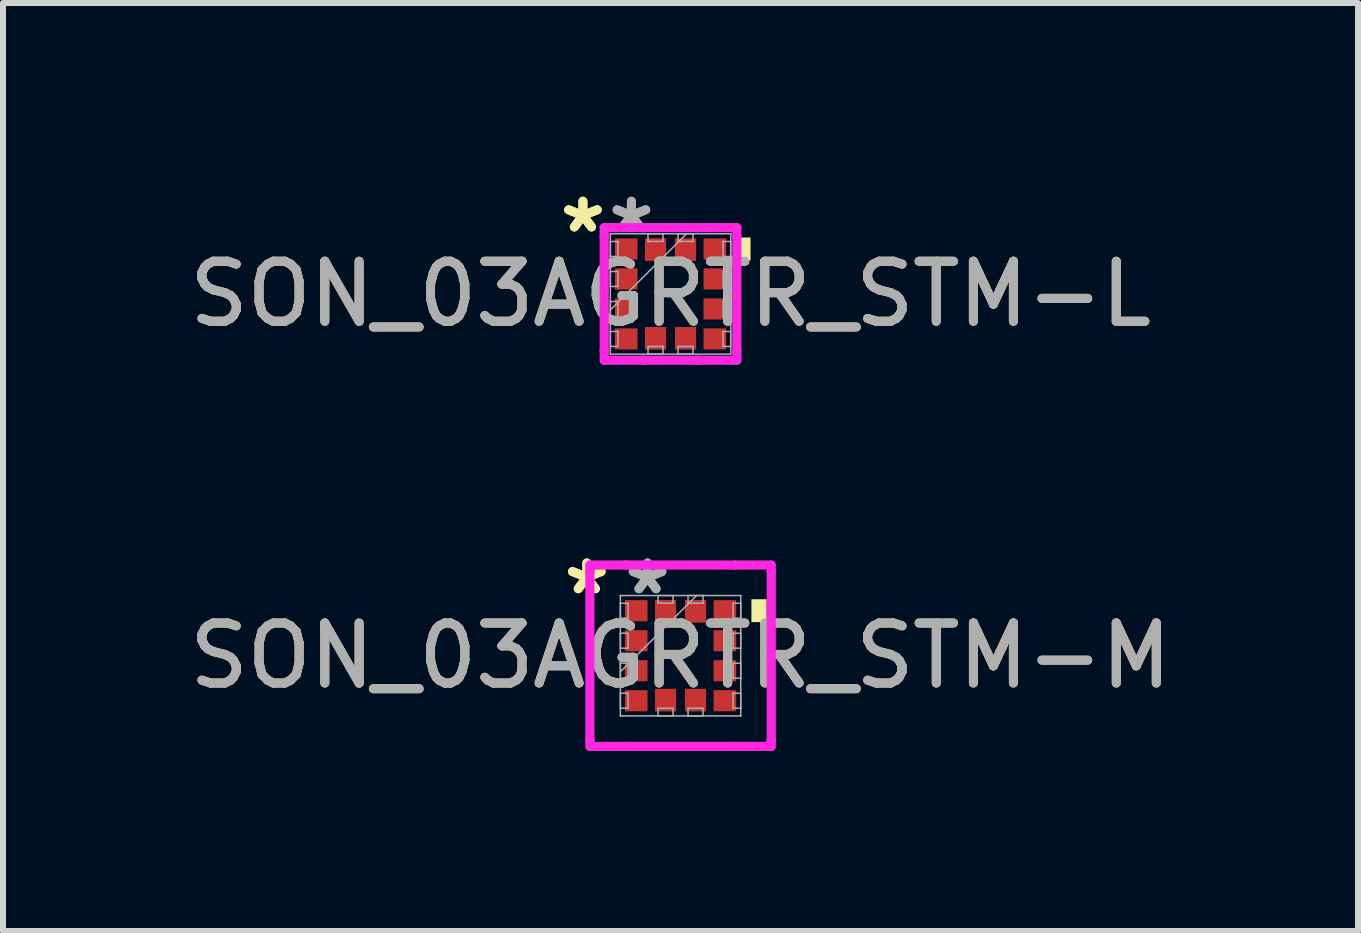
<source format=kicad_pcb>
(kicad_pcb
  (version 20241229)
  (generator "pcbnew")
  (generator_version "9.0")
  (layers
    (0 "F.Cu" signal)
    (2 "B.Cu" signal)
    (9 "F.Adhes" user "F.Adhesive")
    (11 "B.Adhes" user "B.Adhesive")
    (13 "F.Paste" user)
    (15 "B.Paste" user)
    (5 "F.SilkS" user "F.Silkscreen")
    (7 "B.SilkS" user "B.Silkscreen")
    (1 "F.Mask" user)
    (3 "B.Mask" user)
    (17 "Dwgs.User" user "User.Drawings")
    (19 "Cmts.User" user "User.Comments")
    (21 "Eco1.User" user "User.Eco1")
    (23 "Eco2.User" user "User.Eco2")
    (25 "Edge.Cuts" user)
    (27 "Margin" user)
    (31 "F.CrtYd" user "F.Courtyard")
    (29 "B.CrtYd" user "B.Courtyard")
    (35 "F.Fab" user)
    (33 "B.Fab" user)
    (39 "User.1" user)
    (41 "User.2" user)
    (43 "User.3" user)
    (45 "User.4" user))
  (footprint "SON_03AGRTR_STM-L"
    (layer "F.Cu")
    (at 8.125 1.849)
    (property "Reference" "SON_03AGRTR_STM-L" (at 0 0 0) (unlocked yes) (layer "F.SilkS") (effects (font (size 1 1) (thickness 0.15))))
    (attr smd)
    (fp_poly (pts (xy 1.333 -0.941) (xy 1.333 -0.56) (xy 1.079 -0.56) (xy 1.079 -0.941)) (stroke (width 0) (type solid)) (fill yes) (layer "F.SilkS"))
    (fp_line (start -1.105 -1.105) (end -0.451 -1.105) (stroke (width 0.152) (type solid)) (layer "F.CrtYd"))
    (fp_line (start -1.105 -0.951) (end -1.105 -1.105) (stroke (width 0.152) (type solid)) (layer "F.CrtYd"))
    (fp_line (start -1.105 -0.951) (end -1.105 -0.951) (stroke (width 0.152) (type solid)) (layer "F.CrtYd"))
    (fp_line (start -1.105 0.951) (end -1.105 -0.951) (stroke (width 0.152) (type solid)) (layer "F.CrtYd"))
    (fp_line (start -1.105 0.951) (end -1.105 0.951) (stroke (width 0.152) (type solid)) (layer "F.CrtYd"))
    (fp_line (start -1.105 1.105) (end -1.105 0.951) (stroke (width 0.152) (type solid)) (layer "F.CrtYd"))
    (fp_line (start -0.451 -1.105) (end -0.451 -1.105) (stroke (width 0.152) (type solid)) (layer "F.CrtYd"))
    (fp_line (start -0.451 -1.105) (end 0.451 -1.105) (stroke (width 0.152) (type solid)) (layer "F.CrtYd"))
    (fp_line (start -0.451 1.105) (end -1.105 1.105) (stroke (width 0.152) (type solid)) (layer "F.CrtYd"))
    (fp_line (start -0.451 1.105) (end -0.451 1.105) (stroke (width 0.152) (type solid)) (layer "F.CrtYd"))
    (fp_line (start 0.451 -1.105) (end 0.451 -1.105) (stroke (width 0.152) (type solid)) (layer "F.CrtYd"))
    (fp_line (start 0.451 -1.105) (end 1.105 -1.105) (stroke (width 0.152) (type solid)) (layer "F.CrtYd"))
    (fp_line (start 0.451 1.105) (end -0.451 1.105) (stroke (width 0.152) (type solid)) (layer "F.CrtYd"))
    (fp_line (start 0.451 1.105) (end 0.451 1.105) (stroke (width 0.152) (type solid)) (layer "F.CrtYd"))
    (fp_line (start 1.105 -1.105) (end 1.105 -0.951) (stroke (width 0.152) (type solid)) (layer "F.CrtYd"))
    (fp_line (start 1.105 -0.951) (end 1.105 -0.951) (stroke (width 0.152) (type solid)) (layer "F.CrtYd"))
    (fp_line (start 1.105 -0.951) (end 1.105 0.951) (stroke (width 0.152) (type solid)) (layer "F.CrtYd"))
    (fp_line (start 1.105 0.951) (end 1.105 0.951) (stroke (width 0.152) (type solid)) (layer "F.CrtYd"))
    (fp_line (start 1.105 0.951) (end 1.105 1.105) (stroke (width 0.152) (type solid)) (layer "F.CrtYd"))
    (fp_line (start 1.105 1.105) (end 0.451 1.105) (stroke (width 0.152) (type solid)) (layer "F.CrtYd"))
    (fp_line (start -1.003 -1.003) (end -1.003 -1.003) (stroke (width 0.025) (type solid)) (layer "F.Fab"))
    (fp_line (start -1.003 -1.003) (end -1.003 1.003) (stroke (width 0.025) (type solid)) (layer "F.Fab"))
    (fp_line (start -1.003 -0.875) (end -0.876 -0.875) (stroke (width 0.025) (type solid)) (layer "F.Fab"))
    (fp_line (start -1.003 -0.625) (end -1.003 -0.875) (stroke (width 0.025) (type solid)) (layer "F.Fab"))
    (fp_line (start -1.003 -0.375) (end -0.876 -0.375) (stroke (width 0.025) (type solid)) (layer "F.Fab"))
    (fp_line (start -1.003 -0.125) (end -1.003 -0.375) (stroke (width 0.025) (type solid)) (layer "F.Fab"))
    (fp_line (start -1.003 0.125) (end -0.876 0.125) (stroke (width 0.025) (type solid)) (layer "F.Fab"))
    (fp_line (start -1.003 0.267) (end 0.267 -1.003) (stroke (width 0.025) (type solid)) (layer "F.Fab"))
    (fp_line (start -1.003 0.375) (end -1.003 0.125) (stroke (width 0.025) (type solid)) (layer "F.Fab"))
    (fp_line (start -1.003 0.625) (end -0.876 0.625) (stroke (width 0.025) (type solid)) (layer "F.Fab"))
    (fp_line (start -1.003 0.875) (end -1.003 0.625) (stroke (width 0.025) (type solid)) (layer "F.Fab"))
    (fp_line (start -1.003 1.003) (end -1.003 1.003) (stroke (width 0.025) (type solid)) (layer "F.Fab"))
    (fp_line (start -1.003 1.003) (end 1.003 1.003) (stroke (width 0.025) (type solid)) (layer "F.Fab"))
    (fp_line (start -0.876 -0.875) (end -0.876 -0.625) (stroke (width 0.025) (type solid)) (layer "F.Fab"))
    (fp_line (start -0.876 -0.625) (end -1.003 -0.625) (stroke (width 0.025) (type solid)) (layer "F.Fab"))
    (fp_line (start -0.876 -0.375) (end -0.876 -0.125) (stroke (width 0.025) (type solid)) (layer "F.Fab"))
    (fp_line (start -0.876 -0.125) (end -1.003 -0.125) (stroke (width 0.025) (type solid)) (layer "F.Fab"))
    (fp_line (start -0.876 0.125) (end -0.876 0.375) (stroke (width 0.025) (type solid)) (layer "F.Fab"))
    (fp_line (start -0.876 0.375) (end -1.003 0.375) (stroke (width 0.025) (type solid)) (layer "F.Fab"))
    (fp_line (start -0.876 0.625) (end -0.876 0.875) (stroke (width 0.025) (type solid)) (layer "F.Fab"))
    (fp_line (start -0.876 0.875) (end -1.003 0.875) (stroke (width 0.025) (type solid)) (layer "F.Fab"))
    (fp_line (start -0.375 -1.003) (end -0.125 -1.003) (stroke (width 0.025) (type solid)) (layer "F.Fab"))
    (fp_line (start -0.375 -0.876) (end -0.375 -1.003) (stroke (width 0.025) (type solid)) (layer "F.Fab"))
    (fp_line (start -0.375 0.876) (end -0.125 0.876) (stroke (width 0.025) (type solid)) (layer "F.Fab"))
    (fp_line (start -0.375 1.003) (end -0.375 0.876) (stroke (width 0.025) (type solid)) (layer "F.Fab"))
    (fp_line (start -0.125 -1.003) (end -0.125 -0.876) (stroke (width 0.025) (type solid)) (layer "F.Fab"))
    (fp_line (start -0.125 -0.876) (end -0.375 -0.876) (stroke (width 0.025) (type solid)) (layer "F.Fab"))
    (fp_line (start -0.125 0.876) (end -0.125 1.003) (stroke (width 0.025) (type solid)) (layer "F.Fab"))
    (fp_line (start -0.125 1.003) (end -0.375 1.003) (stroke (width 0.025) (type solid)) (layer "F.Fab"))
    (fp_line (start 0.125 -1.003) (end 0.375 -1.003) (stroke (width 0.025) (type solid)) (layer "F.Fab"))
    (fp_line (start 0.125 -0.876) (end 0.125 -1.003) (stroke (width 0.025) (type solid)) (layer "F.Fab"))
    (fp_line (start 0.125 0.876) (end 0.375 0.876) (stroke (width 0.025) (type solid)) (layer "F.Fab"))
    (fp_line (start 0.125 1.003) (end 0.125 0.876) (stroke (width 0.025) (type solid)) (layer "F.Fab"))
    (fp_line (start 0.375 -1.003) (end 0.375 -0.876) (stroke (width 0.025) (type solid)) (layer "F.Fab"))
    (fp_line (start 0.375 -0.876) (end 0.125 -0.876) (stroke (width 0.025) (type solid)) (layer "F.Fab"))
    (fp_line (start 0.375 0.876) (end 0.375 1.003) (stroke (width 0.025) (type solid)) (layer "F.Fab"))
    (fp_line (start 0.375 1.003) (end 0.125 1.003) (stroke (width 0.025) (type solid)) (layer "F.Fab"))
    (fp_line (start 0.876 -0.875) (end 1.003 -0.875) (stroke (width 0.025) (type solid)) (layer "F.Fab"))
    (fp_line (start 0.876 -0.625) (end 0.876 -0.875) (stroke (width 0.025) (type solid)) (layer "F.Fab"))
    (fp_line (start 0.876 -0.375) (end 1.003 -0.375) (stroke (width 0.025) (type solid)) (layer "F.Fab"))
    (fp_line (start 0.876 -0.125) (end 0.876 -0.375) (stroke (width 0.025) (type solid)) (layer "F.Fab"))
    (fp_line (start 0.876 0.125) (end 1.003 0.125) (stroke (width 0.025) (type solid)) (layer "F.Fab"))
    (fp_line (start 0.876 0.375) (end 0.876 0.125) (stroke (width 0.025) (type solid)) (layer "F.Fab"))
    (fp_line (start 0.876 0.625) (end 1.003 0.625) (stroke (width 0.025) (type solid)) (layer "F.Fab"))
    (fp_line (start 0.876 0.875) (end 0.876 0.625) (stroke (width 0.025) (type solid)) (layer "F.Fab"))
    (fp_line (start 1.003 -1.003) (end -1.003 -1.003) (stroke (width 0.025) (type solid)) (layer "F.Fab"))
    (fp_line (start 1.003 -1.003) (end 1.003 -1.003) (stroke (width 0.025) (type solid)) (layer "F.Fab"))
    (fp_line (start 1.003 -0.875) (end 1.003 -0.625) (stroke (width 0.025) (type solid)) (layer "F.Fab"))
    (fp_line (start 1.003 -0.625) (end 0.876 -0.625) (stroke (width 0.025) (type solid)) (layer "F.Fab"))
    (fp_line (start 1.003 -0.375) (end 1.003 -0.125) (stroke (width 0.025) (type solid)) (layer "F.Fab"))
    (fp_line (start 1.003 -0.125) (end 0.876 -0.125) (stroke (width 0.025) (type solid)) (layer "F.Fab"))
    (fp_line (start 1.003 0.125) (end 1.003 0.375) (stroke (width 0.025) (type solid)) (layer "F.Fab"))
    (fp_line (start 1.003 0.375) (end 0.876 0.375) (stroke (width 0.025) (type solid)) (layer "F.Fab"))
    (fp_line (start 1.003 0.625) (end 1.003 0.875) (stroke (width 0.025) (type solid)) (layer "F.Fab"))
    (fp_line (start 1.003 0.875) (end 0.876 0.875) (stroke (width 0.025) (type solid)) (layer "F.Fab"))
    (fp_line (start 1.003 1.003) (end 1.003 -1.003) (stroke (width 0.025) (type solid)) (layer "F.Fab"))
    (fp_line (start 1.003 1.003) (end 1.003 1.003) (stroke (width 0.025) (type solid)) (layer "F.Fab"))
    (fp_text user "*" (at -1.46 -1 0) (unlocked yes) (layer "F.SilkS") (effects (font (size 1 1) (thickness 0.15))))
    (fp_text user "*" (at -1.46 -1 0) (layer "F.SilkS") (effects (font (size 1 1) (thickness 0.15))))
    (fp_text user "*" (at -0.652 -1 0) (layer "F.Fab") (effects (font (size 1 1) (thickness 0.15))))
    (fp_text user "${REFERENCE}" (at 0 0 0) (unlocked yes) (layer "F.Fab") (effects (font (size 1 1) (thickness 0.15))))
    (fp_text user "*" (at -0.652 -1 0) (unlocked yes) (layer "F.Fab") (effects (font (size 1 1) (thickness 0.15))))
    (pad "1" smd rect (at -0.739 -0.75 90) (size 0.352 0.377) (layers "F.Cu" "F.Mask" "F.Paste"))
    (pad "2" smd rect (at -0.739 -0.25 90) (size 0.352 0.377) (layers "F.Cu" "F.Mask" "F.Paste"))
    (pad "3" smd rect (at -0.739 0.25 90) (size 0.352 0.377) (layers "F.Cu" "F.Mask" "F.Paste"))
    (pad "4" smd rect (at -0.739 0.75 90) (size 0.352 0.377) (layers "F.Cu" "F.Mask" "F.Paste"))
    (pad "5" smd rect (at -0.25 0.739) (size 0.352 0.377) (layers "F.Cu" "F.Mask" "F.Paste"))
    (pad "6" smd rect (at 0.25 0.739) (size 0.352 0.377) (layers "F.Cu" "F.Mask" "F.Paste"))
    (pad "7" smd rect (at 0.739 0.75 90) (size 0.352 0.377) (layers "F.Cu" "F.Mask" "F.Paste"))
    (pad "8" smd rect (at 0.739 0.25 90) (size 0.352 0.377) (layers "F.Cu" "F.Mask" "F.Paste"))
    (pad "9" smd rect (at 0.739 -0.25 90) (size 0.352 0.377) (layers "F.Cu" "F.Mask" "F.Paste"))
    (pad "10" smd rect (at 0.739 -0.75 90) (size 0.352 0.377) (layers "F.Cu" "F.Mask" "F.Paste"))
    (pad "11" smd rect (at 0.25 -0.739) (size 0.352 0.377) (layers "F.Cu" "F.Mask" "F.Paste"))
    (pad "12" smd rect (at -0.25 -0.739) (size 0.352 0.377) (layers "F.Cu" "F.Mask" "F.Paste")))
  (footprint "SON_03AGRTR_STM-M"
    (layer "F.Cu")
    (at 8.292 7.878)
    (property "Reference" "SON_03AGRTR_STM-M" (at 0 0 0) (unlocked yes) (layer "F.SilkS") (effects (font (size 1 1) (thickness 0.15))))
    (attr smd)
    (fp_poly (pts (xy 1.435 -0.941) (xy 1.435 -0.56) (xy 1.181 -0.56) (xy 1.181 -0.941)) (stroke (width 0) (type solid)) (fill yes) (layer "F.SilkS"))
    (fp_line (start -1.511 -1.511) (end -0.908 -1.511) (stroke (width 0.152) (type solid)) (layer "F.CrtYd"))
    (fp_line (start -1.511 -1.409) (end -1.511 -1.511) (stroke (width 0.152) (type solid)) (layer "F.CrtYd"))
    (fp_line (start -1.511 -1.409) (end -1.511 -1.409) (stroke (width 0.152) (type solid)) (layer "F.CrtYd"))
    (fp_line (start -1.511 1.409) (end -1.511 -1.409) (stroke (width 0.152) (type solid)) (layer "F.CrtYd"))
    (fp_line (start -1.511 1.409) (end -1.511 1.409) (stroke (width 0.152) (type solid)) (layer "F.CrtYd"))
    (fp_line (start -1.511 1.511) (end -1.511 1.409) (stroke (width 0.152) (type solid)) (layer "F.CrtYd"))
    (fp_line (start -0.908 -1.511) (end -0.908 -1.511) (stroke (width 0.152) (type solid)) (layer "F.CrtYd"))
    (fp_line (start -0.908 -1.511) (end 0.908 -1.511) (stroke (width 0.152) (type solid)) (layer "F.CrtYd"))
    (fp_line (start -0.908 1.511) (end -1.511 1.511) (stroke (width 0.152) (type solid)) (layer "F.CrtYd"))
    (fp_line (start -0.908 1.511) (end -0.908 1.511) (stroke (width 0.152) (type solid)) (layer "F.CrtYd"))
    (fp_line (start 0.908 -1.511) (end 0.908 -1.511) (stroke (width 0.152) (type solid)) (layer "F.CrtYd"))
    (fp_line (start 0.908 -1.511) (end 1.511 -1.511) (stroke (width 0.152) (type solid)) (layer "F.CrtYd"))
    (fp_line (start 0.908 1.511) (end -0.908 1.511) (stroke (width 0.152) (type solid)) (layer "F.CrtYd"))
    (fp_line (start 0.908 1.511) (end 0.908 1.511) (stroke (width 0.152) (type solid)) (layer "F.CrtYd"))
    (fp_line (start 1.511 -1.511) (end 1.511 -1.409) (stroke (width 0.152) (type solid)) (layer "F.CrtYd"))
    (fp_line (start 1.511 -1.409) (end 1.511 -1.409) (stroke (width 0.152) (type solid)) (layer "F.CrtYd"))
    (fp_line (start 1.511 -1.409) (end 1.511 1.409) (stroke (width 0.152) (type solid)) (layer "F.CrtYd"))
    (fp_line (start 1.511 1.409) (end 1.511 1.409) (stroke (width 0.152) (type solid)) (layer "F.CrtYd"))
    (fp_line (start 1.511 1.409) (end 1.511 1.511) (stroke (width 0.152) (type solid)) (layer "F.CrtYd"))
    (fp_line (start 1.511 1.511) (end 0.908 1.511) (stroke (width 0.152) (type solid)) (layer "F.CrtYd"))
    (fp_line (start -1.003 -1.003) (end -1.003 -1.003) (stroke (width 0.025) (type solid)) (layer "F.Fab"))
    (fp_line (start -1.003 -1.003) (end -1.003 1.003) (stroke (width 0.025) (type solid)) (layer "F.Fab"))
    (fp_line (start -1.003 -0.875) (end -0.876 -0.875) (stroke (width 0.025) (type solid)) (layer "F.Fab"))
    (fp_line (start -1.003 -0.625) (end -1.003 -0.875) (stroke (width 0.025) (type solid)) (layer "F.Fab"))
    (fp_line (start -1.003 -0.375) (end -0.876 -0.375) (stroke (width 0.025) (type solid)) (layer "F.Fab"))
    (fp_line (start -1.003 -0.125) (end -1.003 -0.375) (stroke (width 0.025) (type solid)) (layer "F.Fab"))
    (fp_line (start -1.003 0.125) (end -0.876 0.125) (stroke (width 0.025) (type solid)) (layer "F.Fab"))
    (fp_line (start -1.003 0.267) (end 0.267 -1.003) (stroke (width 0.025) (type solid)) (layer "F.Fab"))
    (fp_line (start -1.003 0.375) (end -1.003 0.125) (stroke (width 0.025) (type solid)) (layer "F.Fab"))
    (fp_line (start -1.003 0.625) (end -0.876 0.625) (stroke (width 0.025) (type solid)) (layer "F.Fab"))
    (fp_line (start -1.003 0.875) (end -1.003 0.625) (stroke (width 0.025) (type solid)) (layer "F.Fab"))
    (fp_line (start -1.003 1.003) (end -1.003 1.003) (stroke (width 0.025) (type solid)) (layer "F.Fab"))
    (fp_line (start -1.003 1.003) (end 1.003 1.003) (stroke (width 0.025) (type solid)) (layer "F.Fab"))
    (fp_line (start -0.876 -0.875) (end -0.876 -0.625) (stroke (width 0.025) (type solid)) (layer "F.Fab"))
    (fp_line (start -0.876 -0.625) (end -1.003 -0.625) (stroke (width 0.025) (type solid)) (layer "F.Fab"))
    (fp_line (start -0.876 -0.375) (end -0.876 -0.125) (stroke (width 0.025) (type solid)) (layer "F.Fab"))
    (fp_line (start -0.876 -0.125) (end -1.003 -0.125) (stroke (width 0.025) (type solid)) (layer "F.Fab"))
    (fp_line (start -0.876 0.125) (end -0.876 0.375) (stroke (width 0.025) (type solid)) (layer "F.Fab"))
    (fp_line (start -0.876 0.375) (end -1.003 0.375) (stroke (width 0.025) (type solid)) (layer "F.Fab"))
    (fp_line (start -0.876 0.625) (end -0.876 0.875) (stroke (width 0.025) (type solid)) (layer "F.Fab"))
    (fp_line (start -0.876 0.875) (end -1.003 0.875) (stroke (width 0.025) (type solid)) (layer "F.Fab"))
    (fp_line (start -0.375 -1.003) (end -0.125 -1.003) (stroke (width 0.025) (type solid)) (layer "F.Fab"))
    (fp_line (start -0.375 -0.876) (end -0.375 -1.003) (stroke (width 0.025) (type solid)) (layer "F.Fab"))
    (fp_line (start -0.375 0.876) (end -0.125 0.876) (stroke (width 0.025) (type solid)) (layer "F.Fab"))
    (fp_line (start -0.375 1.003) (end -0.375 0.876) (stroke (width 0.025) (type solid)) (layer "F.Fab"))
    (fp_line (start -0.125 -1.003) (end -0.125 -0.876) (stroke (width 0.025) (type solid)) (layer "F.Fab"))
    (fp_line (start -0.125 -0.876) (end -0.375 -0.876) (stroke (width 0.025) (type solid)) (layer "F.Fab"))
    (fp_line (start -0.125 0.876) (end -0.125 1.003) (stroke (width 0.025) (type solid)) (layer "F.Fab"))
    (fp_line (start -0.125 1.003) (end -0.375 1.003) (stroke (width 0.025) (type solid)) (layer "F.Fab"))
    (fp_line (start 0.125 -1.003) (end 0.375 -1.003) (stroke (width 0.025) (type solid)) (layer "F.Fab"))
    (fp_line (start 0.125 -0.876) (end 0.125 -1.003) (stroke (width 0.025) (type solid)) (layer "F.Fab"))
    (fp_line (start 0.125 0.876) (end 0.375 0.876) (stroke (width 0.025) (type solid)) (layer "F.Fab"))
    (fp_line (start 0.125 1.003) (end 0.125 0.876) (stroke (width 0.025) (type solid)) (layer "F.Fab"))
    (fp_line (start 0.375 -1.003) (end 0.375 -0.876) (stroke (width 0.025) (type solid)) (layer "F.Fab"))
    (fp_line (start 0.375 -0.876) (end 0.125 -0.876) (stroke (width 0.025) (type solid)) (layer "F.Fab"))
    (fp_line (start 0.375 0.876) (end 0.375 1.003) (stroke (width 0.025) (type solid)) (layer "F.Fab"))
    (fp_line (start 0.375 1.003) (end 0.125 1.003) (stroke (width 0.025) (type solid)) (layer "F.Fab"))
    (fp_line (start 0.876 -0.875) (end 1.003 -0.875) (stroke (width 0.025) (type solid)) (layer "F.Fab"))
    (fp_line (start 0.876 -0.625) (end 0.876 -0.875) (stroke (width 0.025) (type solid)) (layer "F.Fab"))
    (fp_line (start 0.876 -0.375) (end 1.003 -0.375) (stroke (width 0.025) (type solid)) (layer "F.Fab"))
    (fp_line (start 0.876 -0.125) (end 0.876 -0.375) (stroke (width 0.025) (type solid)) (layer "F.Fab"))
    (fp_line (start 0.876 0.125) (end 1.003 0.125) (stroke (width 0.025) (type solid)) (layer "F.Fab"))
    (fp_line (start 0.876 0.375) (end 0.876 0.125) (stroke (width 0.025) (type solid)) (layer "F.Fab"))
    (fp_line (start 0.876 0.625) (end 1.003 0.625) (stroke (width 0.025) (type solid)) (layer "F.Fab"))
    (fp_line (start 0.876 0.875) (end 0.876 0.625) (stroke (width 0.025) (type solid)) (layer "F.Fab"))
    (fp_line (start 1.003 -1.003) (end -1.003 -1.003) (stroke (width 0.025) (type solid)) (layer "F.Fab"))
    (fp_line (start 1.003 -1.003) (end 1.003 -1.003) (stroke (width 0.025) (type solid)) (layer "F.Fab"))
    (fp_line (start 1.003 -0.875) (end 1.003 -0.625) (stroke (width 0.025) (type solid)) (layer "F.Fab"))
    (fp_line (start 1.003 -0.625) (end 0.876 -0.625) (stroke (width 0.025) (type solid)) (layer "F.Fab"))
    (fp_line (start 1.003 -0.375) (end 1.003 -0.125) (stroke (width 0.025) (type solid)) (layer "F.Fab"))
    (fp_line (start 1.003 -0.125) (end 0.876 -0.125) (stroke (width 0.025) (type solid)) (layer "F.Fab"))
    (fp_line (start 1.003 0.125) (end 1.003 0.375) (stroke (width 0.025) (type solid)) (layer "F.Fab"))
    (fp_line (start 1.003 0.375) (end 0.876 0.375) (stroke (width 0.025) (type solid)) (layer "F.Fab"))
    (fp_line (start 1.003 0.625) (end 1.003 0.875) (stroke (width 0.025) (type solid)) (layer "F.Fab"))
    (fp_line (start 1.003 0.875) (end 0.876 0.875) (stroke (width 0.025) (type solid)) (layer "F.Fab"))
    (fp_line (start 1.003 1.003) (end 1.003 -1.003) (stroke (width 0.025) (type solid)) (layer "F.Fab"))
    (fp_line (start 1.003 1.003) (end 1.003 1.003) (stroke (width 0.025) (type solid)) (layer "F.Fab"))
    (fp_text user "*" (at -1.562 -1 0) (unlocked yes) (layer "F.SilkS") (effects (font (size 1 1) (thickness 0.15))))
    (fp_text user "*" (at -1.562 -1 0) (layer "F.SilkS") (effects (font (size 1 1) (thickness 0.15))))
    (fp_text user "${REFERENCE}" (at 0 0 0) (unlocked yes) (layer "F.Fab") (effects (font (size 1 1) (thickness 0.15))))
    (fp_text user "*" (at -0.55 -1 0) (layer "F.Fab") (effects (font (size 1 1) (thickness 0.15))))
    (fp_text user "*" (at -0.55 -1 0) (unlocked yes) (layer "F.Fab") (effects (font (size 1 1) (thickness 0.15))))
    (pad "1" smd rect (at -0.739 -0.75 90) (size 0.352 0.377) (layers "F.Cu" "F.Mask" "F.Paste"))
    (pad "2" smd rect (at -0.739 -0.25 90) (size 0.352 0.377) (layers "F.Cu" "F.Mask" "F.Paste"))
    (pad "3" smd rect (at -0.739 0.25 90) (size 0.352 0.377) (layers "F.Cu" "F.Mask" "F.Paste"))
    (pad "4" smd rect (at -0.739 0.75 90) (size 0.352 0.377) (layers "F.Cu" "F.Mask" "F.Paste"))
    (pad "5" smd rect (at -0.25 0.739) (size 0.352 0.377) (layers "F.Cu" "F.Mask" "F.Paste"))
    (pad "6" smd rect (at 0.25 0.739) (size 0.352 0.377) (layers "F.Cu" "F.Mask" "F.Paste"))
    (pad "7" smd rect (at 0.739 0.75 90) (size 0.352 0.377) (layers "F.Cu" "F.Mask" "F.Paste"))
    (pad "8" smd rect (at 0.739 0.25 90) (size 0.352 0.377) (layers "F.Cu" "F.Mask" "F.Paste"))
    (pad "9" smd rect (at 0.739 -0.25 90) (size 0.352 0.377) (layers "F.Cu" "F.Mask" "F.Paste"))
    (pad "10" smd rect (at 0.739 -0.75 90) (size 0.352 0.377) (layers "F.Cu" "F.Mask" "F.Paste"))
    (pad "11" smd rect (at 0.25 -0.739) (size 0.352 0.377) (layers "F.Cu" "F.Mask" "F.Paste"))
    (pad "12" smd rect (at -0.25 -0.739) (size 0.352 0.377) (layers "F.Cu" "F.Mask" "F.Paste")))
  (gr_rect
    (start -3 -3)
    (end 19.583 12.466)
    (stroke (width 0.1) (type default))
    (fill no)
    (layer "Edge.Cuts")))
</source>
